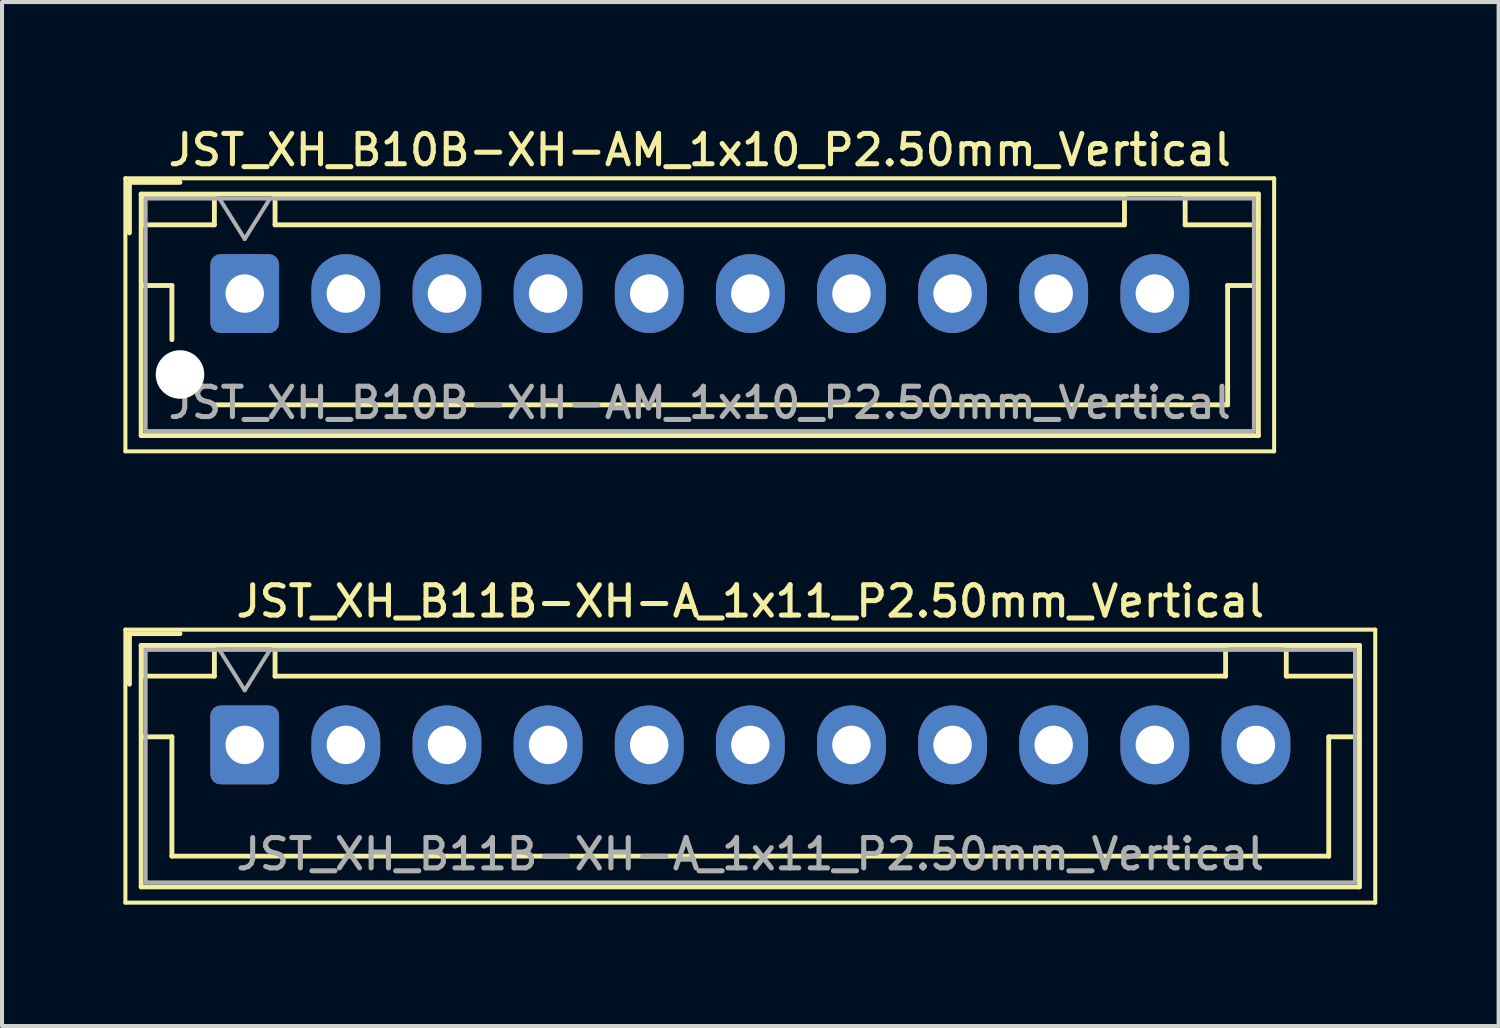
<source format=kicad_pcb>
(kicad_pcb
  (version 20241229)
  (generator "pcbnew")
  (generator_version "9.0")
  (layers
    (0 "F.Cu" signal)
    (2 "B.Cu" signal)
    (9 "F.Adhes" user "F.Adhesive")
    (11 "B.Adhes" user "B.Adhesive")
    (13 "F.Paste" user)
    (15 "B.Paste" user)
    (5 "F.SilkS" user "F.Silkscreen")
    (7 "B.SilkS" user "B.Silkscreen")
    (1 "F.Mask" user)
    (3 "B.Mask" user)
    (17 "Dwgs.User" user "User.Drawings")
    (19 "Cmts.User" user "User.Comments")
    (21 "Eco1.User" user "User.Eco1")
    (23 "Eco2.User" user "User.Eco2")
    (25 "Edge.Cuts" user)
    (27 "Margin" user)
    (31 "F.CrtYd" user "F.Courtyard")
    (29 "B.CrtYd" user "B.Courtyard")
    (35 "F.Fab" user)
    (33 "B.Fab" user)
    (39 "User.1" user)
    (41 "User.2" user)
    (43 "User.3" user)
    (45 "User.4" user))
  (footprint "JST_XH_B10B-XH-AM_1x10_P2.50mm_Vertical"
    (layer "F.Cu")
    (at 3 4.208)
    (property "Reference" "JST_XH_B10B-XH-AM_1x10_P2.50mm_Vertical" (at 11.25 -3.55 0) (layer "F.SilkS") (effects (font (size 0.75 0.75) (thickness 0.125))))
    (attr through_hole)
    (fp_line (start -2.95 -2.85) (end -2.95 3.9) (stroke (width 0.1) (type solid)) (layer "F.SilkS"))
    (fp_line (start -2.95 3.9) (end 25.45 3.9) (stroke (width 0.1) (type solid)) (layer "F.SilkS"))
    (fp_line (start -2.85 -2.75) (end -2.85 -1.5) (stroke (width 0.12) (type solid)) (layer "F.SilkS"))
    (fp_line (start -2.56 -2.46) (end -2.56 3.51) (stroke (width 0.12) (type solid)) (layer "F.SilkS"))
    (fp_line (start -2.56 3.51) (end 25.06 3.51) (stroke (width 0.12) (type solid)) (layer "F.SilkS"))
    (fp_line (start -2.55 -2.45) (end -2.55 -1.7) (stroke (width 0.12) (type solid)) (layer "F.SilkS"))
    (fp_line (start -2.55 -1.7) (end -0.75 -1.7) (stroke (width 0.12) (type solid)) (layer "F.SilkS"))
    (fp_line (start -2.55 -0.2) (end -1.8 -0.2) (stroke (width 0.12) (type solid)) (layer "F.SilkS"))
    (fp_line (start -1.8 -0.2) (end -1.8 1.14) (stroke (width 0.12) (type solid)) (layer "F.SilkS"))
    (fp_line (start -1.6 -2.75) (end -2.85 -2.75) (stroke (width 0.12) (type solid)) (layer "F.SilkS"))
    (fp_line (start -0.75 -2.45) (end -2.55 -2.45) (stroke (width 0.12) (type solid)) (layer "F.SilkS"))
    (fp_line (start -0.75 -1.7) (end -0.75 -2.45) (stroke (width 0.12) (type solid)) (layer "F.SilkS"))
    (fp_line (start 0.75 -2.45) (end 0.75 -1.7) (stroke (width 0.12) (type solid)) (layer "F.SilkS"))
    (fp_line (start 0.75 -1.7) (end 21.75 -1.7) (stroke (width 0.12) (type solid)) (layer "F.SilkS"))
    (fp_line (start 11.25 2.75) (end -0.74 2.75) (stroke (width 0.12) (type solid)) (layer "F.SilkS"))
    (fp_line (start 21.75 -2.45) (end 0.75 -2.45) (stroke (width 0.12) (type solid)) (layer "F.SilkS"))
    (fp_line (start 21.75 -1.7) (end 21.75 -2.45) (stroke (width 0.12) (type solid)) (layer "F.SilkS"))
    (fp_line (start 23.25 -2.45) (end 23.25 -1.7) (stroke (width 0.12) (type solid)) (layer "F.SilkS"))
    (fp_line (start 23.25 -1.7) (end 25.05 -1.7) (stroke (width 0.12) (type solid)) (layer "F.SilkS"))
    (fp_line (start 24.3 -0.2) (end 24.3 2.75) (stroke (width 0.12) (type solid)) (layer "F.SilkS"))
    (fp_line (start 24.3 2.75) (end 11.25 2.75) (stroke (width 0.12) (type solid)) (layer "F.SilkS"))
    (fp_line (start 25.05 -2.45) (end 23.25 -2.45) (stroke (width 0.12) (type solid)) (layer "F.SilkS"))
    (fp_line (start 25.05 -1.7) (end 25.05 -2.45) (stroke (width 0.12) (type solid)) (layer "F.SilkS"))
    (fp_line (start 25.05 -0.2) (end 24.3 -0.2) (stroke (width 0.12) (type solid)) (layer "F.SilkS"))
    (fp_line (start 25.06 -2.46) (end -2.56 -2.46) (stroke (width 0.12) (type solid)) (layer "F.SilkS"))
    (fp_line (start 25.06 3.51) (end 25.06 -2.46) (stroke (width 0.12) (type solid)) (layer "F.SilkS"))
    (fp_line (start 25.45 -2.85) (end -2.95 -2.85) (stroke (width 0.1) (type solid)) (layer "F.SilkS"))
    (fp_line (start 25.45 3.9) (end 25.45 -2.85) (stroke (width 0.1) (type solid)) (layer "F.SilkS"))
    (fp_line (start -2.45 -2.35) (end -2.45 3.4) (stroke (width 0.1) (type solid)) (layer "F.Fab"))
    (fp_line (start -2.45 3.4) (end 24.95 3.4) (stroke (width 0.1) (type solid)) (layer "F.Fab"))
    (fp_line (start -0.625 -2.35) (end 0 -1.35) (stroke (width 0.1) (type solid)) (layer "F.Fab"))
    (fp_line (start 0 -1.35) (end 0.625 -2.35) (stroke (width 0.1) (type solid)) (layer "F.Fab"))
    (fp_line (start 24.95 -2.35) (end -2.45 -2.35) (stroke (width 0.1) (type solid)) (layer "F.Fab"))
    (fp_line (start 24.95 3.4) (end 24.95 -2.35) (stroke (width 0.1) (type solid)) (layer "F.Fab"))
    (fp_text user "${REFERENCE}" (at 11.25 2.7 0) (layer "F.Fab") (effects (font (size 0.75 0.75) (thickness 0.125))))
    (pad "" np_thru_hole circle (at -1.6 2) (size 1.2 1.2) (drill 1.2) (layers "*.Cu" "*.Mask"))
    (pad "1" thru_hole roundrect (at 0 0) (size 1.7 1.95) (drill 0.95) (layers "*.Cu" "*.Mask") (roundrect_rratio 0.147))
    (pad "2" thru_hole oval (at 2.5 0) (size 1.7 1.95) (drill 0.95) (layers "*.Cu" "*.Mask"))
    (pad "3" thru_hole oval (at 5 0) (size 1.7 1.95) (drill 0.95) (layers "*.Cu" "*.Mask"))
    (pad "4" thru_hole oval (at 7.5 0) (size 1.7 1.95) (drill 0.95) (layers "*.Cu" "*.Mask"))
    (pad "5" thru_hole oval (at 10 0) (size 1.7 1.95) (drill 0.95) (layers "*.Cu" "*.Mask"))
    (pad "6" thru_hole oval (at 12.5 0) (size 1.7 1.95) (drill 0.95) (layers "*.Cu" "*.Mask"))
    (pad "7" thru_hole oval (at 15 0) (size 1.7 1.95) (drill 0.95) (layers "*.Cu" "*.Mask"))
    (pad "8" thru_hole oval (at 17.5 0) (size 1.7 1.95) (drill 0.95) (layers "*.Cu" "*.Mask"))
    (pad "9" thru_hole oval (at 20 0) (size 1.7 1.95) (drill 0.95) (layers "*.Cu" "*.Mask"))
    (pad "10" thru_hole oval (at 22.5 0) (size 1.7 1.95) (drill 0.95) (layers "*.Cu" "*.Mask")))
  (footprint "JST_XH_B11B-XH-A_1x11_P2.50mm_Vertical"
    (layer "F.Cu")
    (at 3 15.366)
    (property "Reference" "JST_XH_B11B-XH-A_1x11_P2.50mm_Vertical" (at 12.5 -3.55 0) (layer "F.SilkS") (effects (font (size 0.75 0.75) (thickness 0.125))))
    (attr through_hole)
    (fp_line (start -2.95 -2.85) (end -2.95 3.9) (stroke (width 0.1) (type solid)) (layer "F.SilkS"))
    (fp_line (start -2.95 3.9) (end 27.95 3.9) (stroke (width 0.1) (type solid)) (layer "F.SilkS"))
    (fp_line (start -2.85 -2.75) (end -2.85 -1.5) (stroke (width 0.12) (type solid)) (layer "F.SilkS"))
    (fp_line (start -2.56 -2.46) (end -2.56 3.51) (stroke (width 0.12) (type solid)) (layer "F.SilkS"))
    (fp_line (start -2.56 3.51) (end 27.56 3.51) (stroke (width 0.12) (type solid)) (layer "F.SilkS"))
    (fp_line (start -2.55 -2.45) (end -2.55 -1.7) (stroke (width 0.12) (type solid)) (layer "F.SilkS"))
    (fp_line (start -2.55 -1.7) (end -0.75 -1.7) (stroke (width 0.12) (type solid)) (layer "F.SilkS"))
    (fp_line (start -2.55 -0.2) (end -1.8 -0.2) (stroke (width 0.12) (type solid)) (layer "F.SilkS"))
    (fp_line (start -1.8 -0.2) (end -1.8 2.75) (stroke (width 0.12) (type solid)) (layer "F.SilkS"))
    (fp_line (start -1.8 2.75) (end 12.5 2.75) (stroke (width 0.12) (type solid)) (layer "F.SilkS"))
    (fp_line (start -1.6 -2.75) (end -2.85 -2.75) (stroke (width 0.12) (type solid)) (layer "F.SilkS"))
    (fp_line (start -0.75 -2.45) (end -2.55 -2.45) (stroke (width 0.12) (type solid)) (layer "F.SilkS"))
    (fp_line (start -0.75 -1.7) (end -0.75 -2.45) (stroke (width 0.12) (type solid)) (layer "F.SilkS"))
    (fp_line (start 0.75 -2.45) (end 0.75 -1.7) (stroke (width 0.12) (type solid)) (layer "F.SilkS"))
    (fp_line (start 0.75 -1.7) (end 24.25 -1.7) (stroke (width 0.12) (type solid)) (layer "F.SilkS"))
    (fp_line (start 24.25 -2.45) (end 0.75 -2.45) (stroke (width 0.12) (type solid)) (layer "F.SilkS"))
    (fp_line (start 24.25 -1.7) (end 24.25 -2.45) (stroke (width 0.12) (type solid)) (layer "F.SilkS"))
    (fp_line (start 25.75 -2.45) (end 25.75 -1.7) (stroke (width 0.12) (type solid)) (layer "F.SilkS"))
    (fp_line (start 25.75 -1.7) (end 27.55 -1.7) (stroke (width 0.12) (type solid)) (layer "F.SilkS"))
    (fp_line (start 26.8 -0.2) (end 26.8 2.75) (stroke (width 0.12) (type solid)) (layer "F.SilkS"))
    (fp_line (start 26.8 2.75) (end 12.5 2.75) (stroke (width 0.12) (type solid)) (layer "F.SilkS"))
    (fp_line (start 27.55 -2.45) (end 25.75 -2.45) (stroke (width 0.12) (type solid)) (layer "F.SilkS"))
    (fp_line (start 27.55 -1.7) (end 27.55 -2.45) (stroke (width 0.12) (type solid)) (layer "F.SilkS"))
    (fp_line (start 27.55 -0.2) (end 26.8 -0.2) (stroke (width 0.12) (type solid)) (layer "F.SilkS"))
    (fp_line (start 27.56 -2.46) (end -2.56 -2.46) (stroke (width 0.12) (type solid)) (layer "F.SilkS"))
    (fp_line (start 27.56 3.51) (end 27.56 -2.46) (stroke (width 0.12) (type solid)) (layer "F.SilkS"))
    (fp_line (start 27.95 -2.85) (end -2.95 -2.85) (stroke (width 0.1) (type solid)) (layer "F.SilkS"))
    (fp_line (start 27.95 3.9) (end 27.95 -2.85) (stroke (width 0.1) (type solid)) (layer "F.SilkS"))
    (fp_line (start -2.45 -2.35) (end -2.45 3.4) (stroke (width 0.1) (type solid)) (layer "F.Fab"))
    (fp_line (start -2.45 3.4) (end 27.45 3.4) (stroke (width 0.1) (type solid)) (layer "F.Fab"))
    (fp_line (start -0.625 -2.35) (end 0 -1.35) (stroke (width 0.1) (type solid)) (layer "F.Fab"))
    (fp_line (start 0 -1.35) (end 0.625 -2.35) (stroke (width 0.1) (type solid)) (layer "F.Fab"))
    (fp_line (start 27.45 -2.35) (end -2.45 -2.35) (stroke (width 0.1) (type solid)) (layer "F.Fab"))
    (fp_line (start 27.45 3.4) (end 27.45 -2.35) (stroke (width 0.1) (type solid)) (layer "F.Fab"))
    (fp_text user "${REFERENCE}" (at 12.5 2.7 0) (layer "F.Fab") (effects (font (size 0.75 0.75) (thickness 0.125))))
    (pad "1" thru_hole roundrect (at 0 0) (size 1.7 1.95) (drill 0.95) (layers "*.Cu" "*.Mask") (roundrect_rratio 0.147))
    (pad "2" thru_hole oval (at 2.5 0) (size 1.7 1.95) (drill 0.95) (layers "*.Cu" "*.Mask"))
    (pad "3" thru_hole oval (at 5 0) (size 1.7 1.95) (drill 0.95) (layers "*.Cu" "*.Mask"))
    (pad "4" thru_hole oval (at 7.5 0) (size 1.7 1.95) (drill 0.95) (layers "*.Cu" "*.Mask"))
    (pad "5" thru_hole oval (at 10 0) (size 1.7 1.95) (drill 0.95) (layers "*.Cu" "*.Mask"))
    (pad "6" thru_hole oval (at 12.5 0) (size 1.7 1.95) (drill 0.95) (layers "*.Cu" "*.Mask"))
    (pad "7" thru_hole oval (at 15 0) (size 1.7 1.95) (drill 0.95) (layers "*.Cu" "*.Mask"))
    (pad "8" thru_hole oval (at 17.5 0) (size 1.7 1.95) (drill 0.95) (layers "*.Cu" "*.Mask"))
    (pad "9" thru_hole oval (at 20 0) (size 1.7 1.95) (drill 0.95) (layers "*.Cu" "*.Mask"))
    (pad "10" thru_hole oval (at 22.5 0) (size 1.7 1.95) (drill 0.95) (layers "*.Cu" "*.Mask"))
    (pad "11" thru_hole oval (at 25 0) (size 1.7 1.95) (drill 0.95) (layers "*.Cu" "*.Mask")))
  (gr_rect
    (start -3 -3)
    (end 34 22.316)
    (stroke (width 0.1) (type default))
    (fill no)
    (layer "Edge.Cuts")))
</source>
